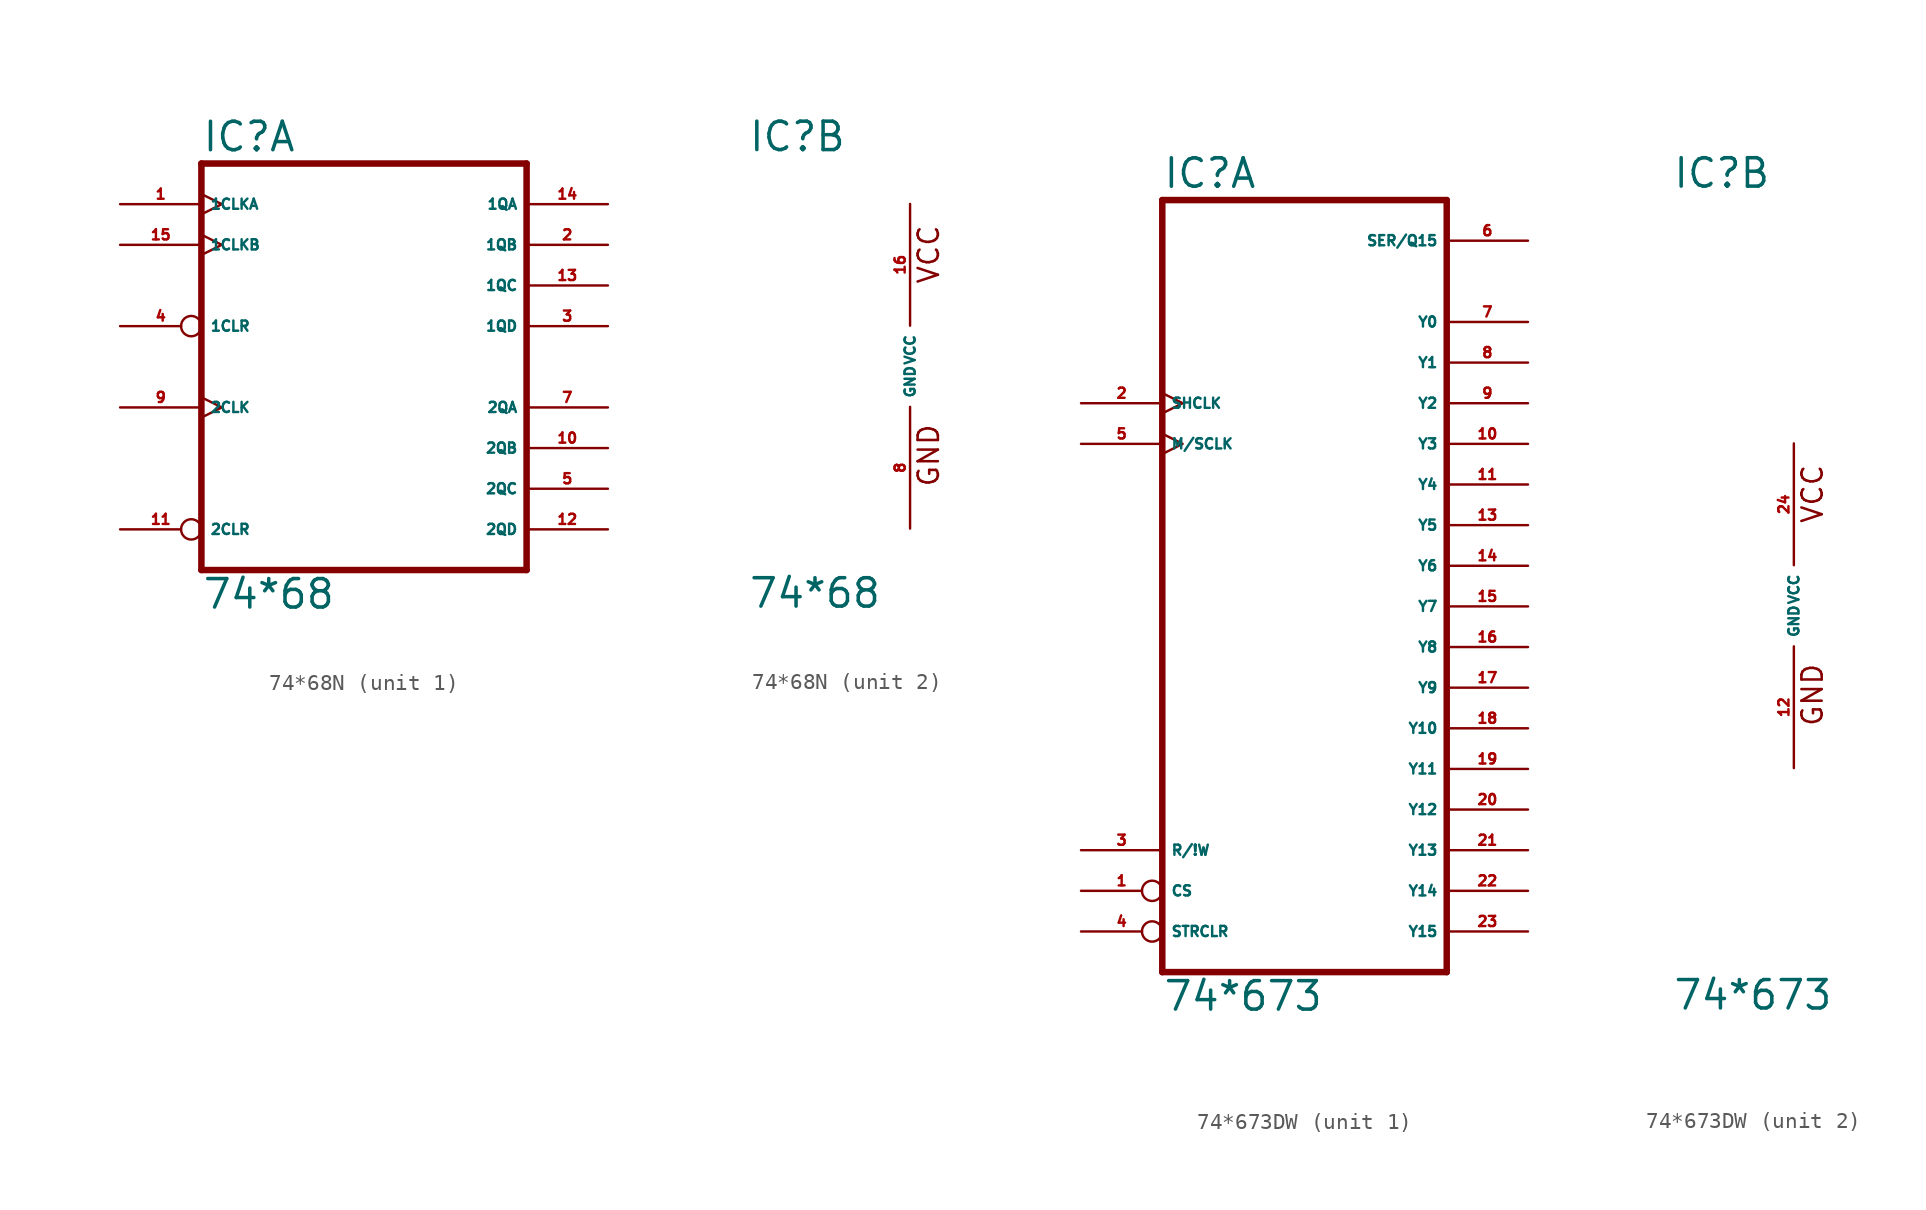
<source format=kicad_sym>
(kicad_symbol_lib
  (version 20220914)
  (generator Eagle2Kicad)
  (symbol "74*68N"
    (property "Reference" "IC"
      (at -10.16 13.335 0)
      (effects (font (size 1.778 1.778) (thickness 0.22)) (justify left bottom)))
    (property "Value" "74*68"
      (at -10.16 -15.24 0)
      (effects (font (size 1.778 1.778) (thickness 0.22)) (justify left bottom)))
    (symbol "74*68N_1_0"
      (polyline (pts (xy -10.16 -12.7) (xy 10.16 -12.7)) (stroke (width 0.406) (type default)) (fill (type none)))
      (polyline (pts (xy 10.16 -12.7) (xy 10.16 12.7)) (stroke (width 0.406) (type default)) (fill (type none)))
      (polyline (pts (xy 10.16 12.7) (xy -10.16 12.7)) (stroke (width 0.406) (type default)) (fill (type none)))
      (polyline (pts (xy -10.16 12.7) (xy -10.16 -12.7)) (stroke (width 0.406) (type default)) (fill (type none)))
      (pin input clock (at -15.24 10.16 0) (length 5.08) (name "1CLKA" (effects (font (size 0.635 0.635) (thickness 0.08)) (justify left bottom))) (number "1" (effects (font (size 0.635 0.635) (thickness 0.08)) (justify left bottom))))
      (pin output line (at 15.24 7.62 180) (length 5.08) (name "1QB" (effects (font (size 0.635 0.635) (thickness 0.08)) (justify left bottom))) (number "2" (effects (font (size 0.635 0.635) (thickness 0.08)) (justify left bottom))))
      (pin output line (at 15.24 2.54 180) (length 5.08) (name "1QD" (effects (font (size 0.635 0.635) (thickness 0.08)) (justify left bottom))) (number "3" (effects (font (size 0.635 0.635) (thickness 0.08)) (justify left bottom))))
      (pin input inverted (at -15.24 2.54 0) (length 5.08) (name "1CLR" (effects (font (size 0.635 0.635) (thickness 0.08)) (justify left bottom))) (number "4" (effects (font (size 0.635 0.635) (thickness 0.08)) (justify left bottom))))
      (pin output line (at 15.24 -7.62 180) (length 5.08) (name "2QC" (effects (font (size 0.635 0.635) (thickness 0.08)) (justify left bottom))) (number "5" (effects (font (size 0.635 0.635) (thickness 0.08)) (justify left bottom))))
      (pin output line (at 15.24 -2.54 180) (length 5.08) (name "2QA" (effects (font (size 0.635 0.635) (thickness 0.08)) (justify left bottom))) (number "7" (effects (font (size 0.635 0.635) (thickness 0.08)) (justify left bottom))))
      (pin input clock (at -15.24 -2.54 0) (length 5.08) (name "2CLK" (effects (font (size 0.635 0.635) (thickness 0.08)) (justify left bottom))) (number "9" (effects (font (size 0.635 0.635) (thickness 0.08)) (justify left bottom))))
      (pin output line (at 15.24 -5.08 180) (length 5.08) (name "2QB" (effects (font (size 0.635 0.635) (thickness 0.08)) (justify left bottom))) (number "10" (effects (font (size 0.635 0.635) (thickness 0.08)) (justify left bottom))))
      (pin input inverted (at -15.24 -10.16 0) (length 5.08) (name "2CLR" (effects (font (size 0.635 0.635) (thickness 0.08)) (justify left bottom))) (number "11" (effects (font (size 0.635 0.635) (thickness 0.08)) (justify left bottom))))
      (pin output line (at 15.24 -10.16 180) (length 5.08) (name "2QD" (effects (font (size 0.635 0.635) (thickness 0.08)) (justify left bottom))) (number "12" (effects (font (size 0.635 0.635) (thickness 0.08)) (justify left bottom))))
      (pin output line (at 15.24 5.08 180) (length 5.08) (name "1QC" (effects (font (size 0.635 0.635) (thickness 0.08)) (justify left bottom))) (number "13" (effects (font (size 0.635 0.635) (thickness 0.08)) (justify left bottom))))
      (pin output line (at 15.24 10.16 180) (length 5.08) (name "1QA" (effects (font (size 0.635 0.635) (thickness 0.08)) (justify left bottom))) (number "14" (effects (font (size 0.635 0.635) (thickness 0.08)) (justify left bottom))))
      (pin input clock (at -15.24 7.62 0) (length 5.08) (name "1CLKB" (effects (font (size 0.635 0.635) (thickness 0.08)) (justify left bottom))) (number "15" (effects (font (size 0.635 0.635) (thickness 0.08)) (justify left bottom)))))
    (symbol "74*68N_2_0"
      (text "GND" (at 1.905 -7.62 900) (effects (font (size 1.27 1.27) (thickness 0.16)) (justify left bottom)))
      (text "VCC" (at 1.905 5.08 900) (effects (font (size 1.27 1.27) (thickness 0.16)) (justify left bottom)))
      (pin unspecified line (at 0 -10.16 90) (length 7.62) (name "GND" (effects (font (size 0.635 0.635) (thickness 0.08)) (justify left bottom))) (number "8" (effects (font (size 0.635 0.635) (thickness 0.08)) (justify left bottom))))
      (pin unspecified line (at 0 10.16 270) (length 7.62) (name "VCC" (effects (font (size 0.635 0.635) (thickness 0.08)) (justify left bottom))) (number "16" (effects (font (size 0.635 0.635) (thickness 0.08)) (justify left bottom))))))
  (symbol "74*673DW"
    (property "Reference" "IC"
      (at -7.62 26.035 0)
      (effects (font (size 1.778 1.778) (thickness 0.22)) (justify left bottom)))
    (property "Value" "74*673"
      (at -7.62 -25.4 0)
      (effects (font (size 1.778 1.778) (thickness 0.22)) (justify left bottom)))
    (symbol "74*673DW_1_0"
      (polyline (pts (xy -7.62 -22.86) (xy 10.16 -22.86)) (stroke (width 0.406) (type default)) (fill (type none)))
      (polyline (pts (xy 10.16 -22.86) (xy 10.16 25.4)) (stroke (width 0.406) (type default)) (fill (type none)))
      (polyline (pts (xy 10.16 25.4) (xy -7.62 25.4)) (stroke (width 0.406) (type default)) (fill (type none)))
      (polyline (pts (xy -7.62 25.4) (xy -7.62 -22.86)) (stroke (width 0.406) (type default)) (fill (type none)))
      (pin input inverted (at -12.7 -17.78 0) (length 5.08) (name "CS" (effects (font (size 0.635 0.635) (thickness 0.08)) (justify left bottom))) (number "1" (effects (font (size 0.635 0.635) (thickness 0.08)) (justify left bottom))))
      (pin input clock (at -12.7 12.7 0) (length 5.08) (name "SHCLK" (effects (font (size 0.635 0.635) (thickness 0.08)) (justify left bottom))) (number "2" (effects (font (size 0.635 0.635) (thickness 0.08)) (justify left bottom))))
      (pin input line (at -12.7 -15.24 0) (length 5.08) (name "R/!W" (effects (font (size 0.635 0.635) (thickness 0.08)) (justify left bottom))) (number "3" (effects (font (size 0.635 0.635) (thickness 0.08)) (justify left bottom))))
      (pin input inverted (at -12.7 -20.32 0) (length 5.08) (name "STRCLR" (effects (font (size 0.635 0.635) (thickness 0.08)) (justify left bottom))) (number "4" (effects (font (size 0.635 0.635) (thickness 0.08)) (justify left bottom))))
      (pin input clock (at -12.7 10.16 0) (length 5.08) (name "M/SCLK" (effects (font (size 0.635 0.635) (thickness 0.08)) (justify left bottom))) (number "5" (effects (font (size 0.635 0.635) (thickness 0.08)) (justify left bottom))))
      (pin bidirectional line (at 15.24 22.86 180) (length 5.08) (name "SER/Q15" (effects (font (size 0.635 0.635) (thickness 0.08)) (justify left bottom))) (number "6" (effects (font (size 0.635 0.635) (thickness 0.08)) (justify left bottom))))
      (pin output line (at 15.24 17.78 180) (length 5.08) (name "Y0" (effects (font (size 0.635 0.635) (thickness 0.08)) (justify left bottom))) (number "7" (effects (font (size 0.635 0.635) (thickness 0.08)) (justify left bottom))))
      (pin output line (at 15.24 15.24 180) (length 5.08) (name "Y1" (effects (font (size 0.635 0.635) (thickness 0.08)) (justify left bottom))) (number "8" (effects (font (size 0.635 0.635) (thickness 0.08)) (justify left bottom))))
      (pin output line (at 15.24 12.7 180) (length 5.08) (name "Y2" (effects (font (size 0.635 0.635) (thickness 0.08)) (justify left bottom))) (number "9" (effects (font (size 0.635 0.635) (thickness 0.08)) (justify left bottom))))
      (pin output line (at 15.24 10.16 180) (length 5.08) (name "Y3" (effects (font (size 0.635 0.635) (thickness 0.08)) (justify left bottom))) (number "10" (effects (font (size 0.635 0.635) (thickness 0.08)) (justify left bottom))))
      (pin output line (at 15.24 7.62 180) (length 5.08) (name "Y4" (effects (font (size 0.635 0.635) (thickness 0.08)) (justify left bottom))) (number "11" (effects (font (size 0.635 0.635) (thickness 0.08)) (justify left bottom))))
      (pin output line (at 15.24 5.08 180) (length 5.08) (name "Y5" (effects (font (size 0.635 0.635) (thickness 0.08)) (justify left bottom))) (number "13" (effects (font (size 0.635 0.635) (thickness 0.08)) (justify left bottom))))
      (pin output line (at 15.24 2.54 180) (length 5.08) (name "Y6" (effects (font (size 0.635 0.635) (thickness 0.08)) (justify left bottom))) (number "14" (effects (font (size 0.635 0.635) (thickness 0.08)) (justify left bottom))))
      (pin output line (at 15.24 0 180) (length 5.08) (name "Y7" (effects (font (size 0.635 0.635) (thickness 0.08)) (justify left bottom))) (number "15" (effects (font (size 0.635 0.635) (thickness 0.08)) (justify left bottom))))
      (pin output line (at 15.24 -2.54 180) (length 5.08) (name "Y8" (effects (font (size 0.635 0.635) (thickness 0.08)) (justify left bottom))) (number "16" (effects (font (size 0.635 0.635) (thickness 0.08)) (justify left bottom))))
      (pin output line (at 15.24 -5.08 180) (length 5.08) (name "Y9" (effects (font (size 0.635 0.635) (thickness 0.08)) (justify left bottom))) (number "17" (effects (font (size 0.635 0.635) (thickness 0.08)) (justify left bottom))))
      (pin output line (at 15.24 -7.62 180) (length 5.08) (name "Y10" (effects (font (size 0.635 0.635) (thickness 0.08)) (justify left bottom))) (number "18" (effects (font (size 0.635 0.635) (thickness 0.08)) (justify left bottom))))
      (pin output line (at 15.24 -10.16 180) (length 5.08) (name "Y11" (effects (font (size 0.635 0.635) (thickness 0.08)) (justify left bottom))) (number "19" (effects (font (size 0.635 0.635) (thickness 0.08)) (justify left bottom))))
      (pin output line (at 15.24 -12.7 180) (length 5.08) (name "Y12" (effects (font (size 0.635 0.635) (thickness 0.08)) (justify left bottom))) (number "20" (effects (font (size 0.635 0.635) (thickness 0.08)) (justify left bottom))))
      (pin output line (at 15.24 -15.24 180) (length 5.08) (name "Y13" (effects (font (size 0.635 0.635) (thickness 0.08)) (justify left bottom))) (number "21" (effects (font (size 0.635 0.635) (thickness 0.08)) (justify left bottom))))
      (pin output line (at 15.24 -17.78 180) (length 5.08) (name "Y14" (effects (font (size 0.635 0.635) (thickness 0.08)) (justify left bottom))) (number "22" (effects (font (size 0.635 0.635) (thickness 0.08)) (justify left bottom))))
      (pin output line (at 15.24 -20.32 180) (length 5.08) (name "Y15" (effects (font (size 0.635 0.635) (thickness 0.08)) (justify left bottom))) (number "23" (effects (font (size 0.635 0.635) (thickness 0.08)) (justify left bottom)))))
    (symbol "74*673DW_2_0"
      (text "GND" (at 1.905 -7.62 900) (effects (font (size 1.27 1.27) (thickness 0.16)) (justify left bottom)))
      (text "VCC" (at 1.905 5.08 900) (effects (font (size 1.27 1.27) (thickness 0.16)) (justify left bottom)))
      (pin unspecified line (at 0 -10.16 90) (length 7.62) (name "GND" (effects (font (size 0.635 0.635) (thickness 0.08)) (justify left bottom))) (number "12" (effects (font (size 0.635 0.635) (thickness 0.08)) (justify left bottom))))
      (pin unspecified line (at 0 10.16 270) (length 7.62) (name "VCC" (effects (font (size 0.635 0.635) (thickness 0.08)) (justify left bottom))) (number "24" (effects (font (size 0.635 0.635) (thickness 0.08)) (justify left bottom)))))))
</source>
